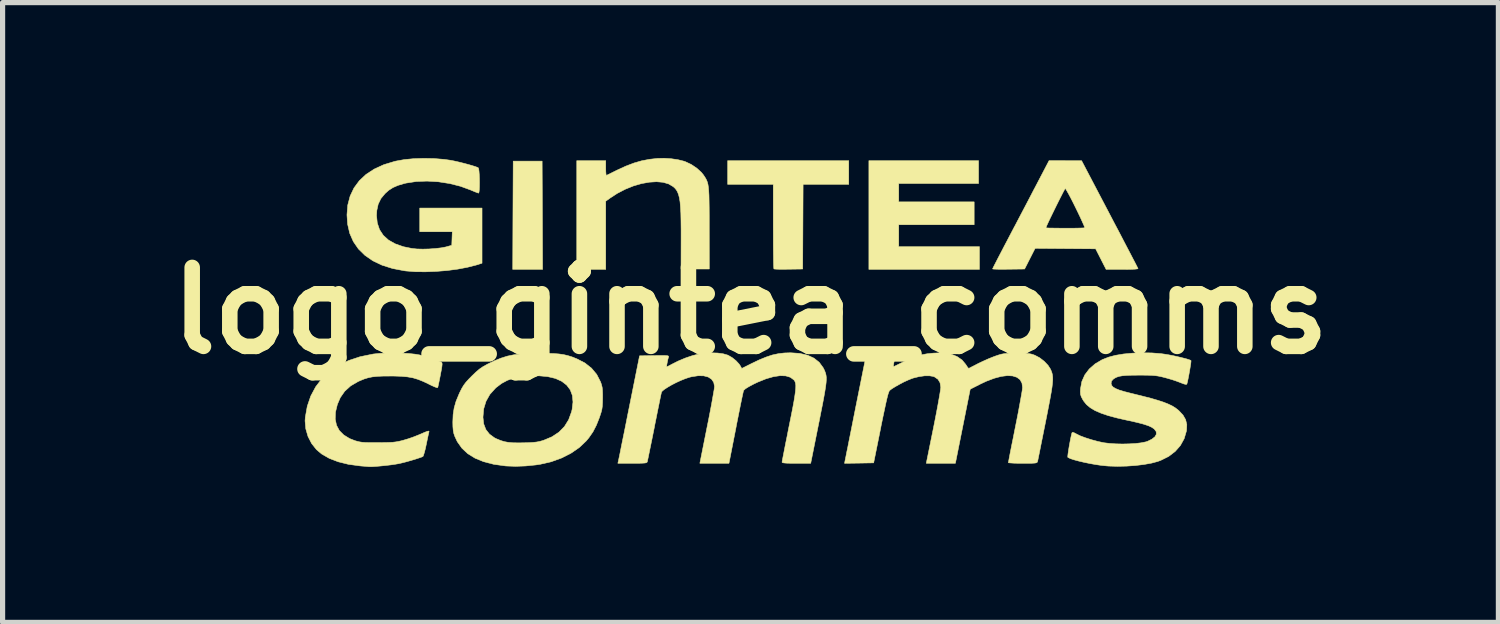
<source format=kicad_pcb>
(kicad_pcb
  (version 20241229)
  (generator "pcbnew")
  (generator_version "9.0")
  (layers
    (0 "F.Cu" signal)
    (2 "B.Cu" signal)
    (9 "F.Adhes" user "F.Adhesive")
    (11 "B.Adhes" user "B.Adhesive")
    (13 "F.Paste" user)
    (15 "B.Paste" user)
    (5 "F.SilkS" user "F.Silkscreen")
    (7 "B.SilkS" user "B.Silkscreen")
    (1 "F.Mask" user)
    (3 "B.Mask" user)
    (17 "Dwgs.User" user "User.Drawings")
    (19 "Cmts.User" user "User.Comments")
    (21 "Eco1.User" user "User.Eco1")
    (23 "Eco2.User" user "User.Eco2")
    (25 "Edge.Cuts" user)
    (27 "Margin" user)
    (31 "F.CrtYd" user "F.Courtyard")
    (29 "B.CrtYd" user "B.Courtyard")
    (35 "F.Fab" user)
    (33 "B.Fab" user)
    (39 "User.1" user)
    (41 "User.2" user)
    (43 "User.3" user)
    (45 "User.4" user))
  (footprint "logo_gintea_comms"
    (layer "F.Cu")
    (at 11.437 2.947)
    (property "Reference" "logo_gintea_comms" (at 0 0 0) (layer "F.SilkS") (effects (font (size 1.524 1.524) (thickness 0.3))))
    (attr through_hole)
    (fp_poly (pts (xy -4.017 -1.841) (xy -4.013 -0.796) (xy -4.589 -0.796) (xy -4.585 -1.841) (xy -4.58 -2.887) (xy -4.022 -2.887) (xy -4.017 -1.841)) (stroke (width 0.01) (type solid)) (fill yes) (layer "F.SilkS"))
    (fp_poly (pts (xy 4.403 -2.455) (xy 2.862 -2.455) (xy 2.862 -2.1) (xy 4.318 -2.1) (xy 4.318 -1.659) (xy 2.862 -1.659) (xy 2.862 -1.236) (xy 4.42 -1.236) (xy 4.42 -0.796) (xy 2.286 -0.796) (xy 2.286 -2.896) (xy 4.403 -2.896) (xy 4.403 -2.455)) (stroke (width 0.01) (type solid)) (fill yes) (layer "F.SilkS"))
    (fp_poly (pts (xy 1.897 -2.438) (xy 1.016 -2.438) (xy 1.012 -1.621) (xy 1.008 -0.804) (xy 0.736 -0.8) (xy 0.643 -0.799) (xy 0.562 -0.799) (xy 0.5 -0.801) (xy 0.461 -0.804) (xy 0.452 -0.807) (xy 0.45 -0.826) (xy 0.447 -0.875) (xy 0.445 -0.951) (xy 0.444 -1.052) (xy 0.442 -1.172) (xy 0.441 -1.31) (xy 0.441 -1.462) (xy 0.44 -1.625) (xy 0.44 -2.438) (xy -0.44 -2.438) (xy -0.44 -2.896) (xy 1.897 -2.896) (xy 1.897 -2.438)) (stroke (width 0.01) (type solid)) (fill yes) (layer "F.SilkS"))
    (fp_poly (pts (xy -1.531 -2.933) (xy -1.4 -2.914) (xy -1.287 -2.886) (xy -1.26 -2.877) (xy -1.143 -2.822) (xy -1.036 -2.75) (xy -0.947 -2.669) (xy -0.907 -2.619) (xy -0.883 -2.583) (xy -0.862 -2.549) (xy -0.845 -2.515) (xy -0.831 -2.478) (xy -0.82 -2.434) (xy -0.812 -2.379) (xy -0.806 -2.311) (xy -0.801 -2.227) (xy -0.799 -2.122) (xy -0.797 -1.995) (xy -0.796 -1.842) (xy -0.796 -1.659) (xy -0.796 -1.586) (xy -0.795 -0.804) (xy -1.34 -0.804) (xy -1.339 -1.363) (xy -1.339 -1.566) (xy -1.341 -1.737) (xy -1.344 -1.881) (xy -1.351 -2) (xy -1.359 -2.098) (xy -1.372 -2.177) (xy -1.388 -2.24) (xy -1.408 -2.291) (xy -1.432 -2.333) (xy -1.462 -2.368) (xy -1.491 -2.394) (xy -1.578 -2.446) (xy -1.687 -2.478) (xy -1.814 -2.489) (xy -1.954 -2.48) (xy -2.104 -2.453) (xy -2.259 -2.408) (xy -2.415 -2.345) (xy -2.568 -2.266) (xy -2.705 -2.177) (xy -2.794 -2.113) (xy -2.794 -0.796) (xy -3.353 -0.796) (xy -3.353 -2.896) (xy -2.794 -2.896) (xy -2.794 -2.75) (xy -2.793 -2.686) (xy -2.789 -2.637) (xy -2.784 -2.613) (xy -2.781 -2.611) (xy -2.762 -2.62) (xy -2.719 -2.641) (xy -2.657 -2.672) (xy -2.584 -2.708) (xy -2.574 -2.713) (xy -2.404 -2.791) (xy -2.249 -2.85) (xy -2.1 -2.893) (xy -1.948 -2.922) (xy -1.794 -2.939) (xy -1.666 -2.942) (xy -1.531 -2.933)) (stroke (width 0.01) (type solid)) (fill yes) (layer "F.SilkS"))
    (fp_poly (pts (xy 6.078 -2.895) (xy 6.392 -2.895) (xy 6.934 -1.862) (xy 7.025 -1.688) (xy 7.112 -1.524) (xy 7.192 -1.37) (xy 7.265 -1.23) (xy 7.33 -1.106) (xy 7.385 -1) (xy 7.429 -0.916) (xy 7.46 -0.855) (xy 7.478 -0.82) (xy 7.482 -0.812) (xy 7.467 -0.806) (xy 7.422 -0.801) (xy 7.346 -0.798) (xy 7.243 -0.796) (xy 7.177 -0.796) (xy 6.866 -0.796) (xy 6.663 -1.194) (xy 5.495 -1.203) (xy 5.393 -1.003) (xy 5.292 -0.804) (xy 4.983 -0.8) (xy 4.885 -0.799) (xy 4.799 -0.799) (xy 4.732 -0.801) (xy 4.689 -0.803) (xy 4.674 -0.806) (xy 4.681 -0.823) (xy 4.703 -0.867) (xy 4.737 -0.933) (xy 4.781 -1.019) (xy 4.834 -1.12) (xy 4.893 -1.234) (xy 4.942 -1.327) (xy 5.021 -1.478) (xy 5.085 -1.6) (xy 5.704 -1.6) (xy 5.723 -1.597) (xy 5.769 -1.595) (xy 5.838 -1.594) (xy 5.922 -1.593) (xy 6.017 -1.592) (xy 6.115 -1.592) (xy 6.21 -1.592) (xy 6.298 -1.593) (xy 6.372 -1.595) (xy 6.425 -1.597) (xy 6.452 -1.599) (xy 6.454 -1.6) (xy 6.449 -1.617) (xy 6.431 -1.66) (xy 6.402 -1.725) (xy 6.364 -1.808) (xy 6.318 -1.904) (xy 6.276 -1.99) (xy 6.225 -2.093) (xy 6.178 -2.185) (xy 6.137 -2.261) (xy 6.105 -2.317) (xy 6.084 -2.351) (xy 6.076 -2.358) (xy 6.063 -2.337) (xy 6.039 -2.293) (xy 6.006 -2.229) (xy 5.966 -2.15) (xy 5.922 -2.062) (xy 5.876 -1.969) (xy 5.831 -1.877) (xy 5.789 -1.791) (xy 5.753 -1.715) (xy 5.725 -1.654) (xy 5.708 -1.614) (xy 5.704 -1.6) (xy 5.085 -1.6) (xy 5.112 -1.65) (xy 5.207 -1.832) (xy 5.304 -2.016) (xy 5.396 -2.192) (xy 5.478 -2.35) (xy 5.487 -2.366) (xy 5.764 -2.896) (xy 6.078 -2.895)) (stroke (width 0.01) (type solid)) (fill yes) (layer "F.SilkS"))
    (fp_poly (pts (xy -6.105 -2.936) (xy -5.912 -2.92) (xy -5.791 -2.903) (xy -5.714 -2.888) (xy -5.626 -2.868) (xy -5.534 -2.845) (xy -5.444 -2.821) (xy -5.365 -2.798) (xy -5.302 -2.778) (xy -5.262 -2.762) (xy -5.254 -2.757) (xy -5.246 -2.735) (xy -5.24 -2.688) (xy -5.235 -2.623) (xy -5.232 -2.548) (xy -5.231 -2.47) (xy -5.232 -2.395) (xy -5.235 -2.332) (xy -5.24 -2.288) (xy -5.248 -2.269) (xy -5.249 -2.269) (xy -5.27 -2.276) (xy -5.315 -2.293) (xy -5.375 -2.318) (xy -5.403 -2.33) (xy -5.597 -2.401) (xy -5.807 -2.454) (xy -6.025 -2.488) (xy -6.243 -2.501) (xy -6.453 -2.493) (xy -6.648 -2.463) (xy -6.686 -2.454) (xy -6.806 -2.418) (xy -6.902 -2.376) (xy -6.983 -2.324) (xy -7.054 -2.261) (xy -7.134 -2.164) (xy -7.186 -2.057) (xy -7.213 -1.934) (xy -7.219 -1.837) (xy -7.204 -1.692) (xy -7.161 -1.565) (xy -7.089 -1.455) (xy -6.989 -1.364) (xy -6.86 -1.291) (xy -6.702 -1.235) (xy -6.536 -1.201) (xy -6.441 -1.191) (xy -6.326 -1.188) (xy -6.202 -1.191) (xy -6.079 -1.2) (xy -5.968 -1.213) (xy -5.88 -1.23) (xy -5.876 -1.231) (xy -5.766 -1.262) (xy -5.761 -1.393) (xy -5.756 -1.524) (xy -6.384 -1.524) (xy -6.384 -1.981) (xy -5.182 -1.981) (xy -5.182 -0.916) (xy -5.296 -0.88) (xy -5.461 -0.838) (xy -5.65 -0.802) (xy -5.855 -0.775) (xy -6.066 -0.758) (xy -6.274 -0.75) (xy -6.471 -0.752) (xy -6.648 -0.766) (xy -6.68 -0.77) (xy -6.909 -0.814) (xy -7.112 -0.878) (xy -7.29 -0.963) (xy -7.442 -1.068) (xy -7.568 -1.192) (xy -7.666 -1.334) (xy -7.736 -1.494) (xy -7.777 -1.671) (xy -7.789 -1.849) (xy -7.774 -2.038) (xy -7.728 -2.212) (xy -7.654 -2.368) (xy -7.551 -2.508) (xy -7.421 -2.63) (xy -7.263 -2.733) (xy -7.078 -2.818) (xy -6.867 -2.882) (xy -6.845 -2.887) (xy -6.684 -2.916) (xy -6.501 -2.934) (xy -6.304 -2.94) (xy -6.105 -2.936)) (stroke (width 0.01) (type solid)) (fill yes) (layer "F.SilkS"))
    (fp_poly (pts (xy -4.072 0.822) (xy -3.921 0.824) (xy -3.798 0.828) (xy -3.695 0.836) (xy -3.606 0.849) (xy -3.525 0.868) (xy -3.444 0.893) (xy -3.359 0.927) (xy -3.351 0.93) (xy -3.196 1.01) (xy -3.068 1.111) (xy -2.968 1.231) (xy -2.896 1.371) (xy -2.892 1.379) (xy -2.875 1.431) (xy -2.863 1.48) (xy -2.857 1.538) (xy -2.854 1.613) (xy -2.854 1.685) (xy -2.856 1.776) (xy -2.86 1.845) (xy -2.868 1.904) (xy -2.883 1.963) (xy -2.907 2.036) (xy -2.915 2.061) (xy -2.975 2.212) (xy -3.041 2.34) (xy -3.12 2.454) (xy -3.172 2.516) (xy -3.305 2.642) (xy -3.465 2.752) (xy -3.646 2.844) (xy -3.845 2.916) (xy -4.057 2.965) (xy -4.143 2.978) (xy -4.341 2.998) (xy -4.531 3.005) (xy -4.703 2.999) (xy -4.731 2.997) (xy -4.954 2.966) (xy -5.149 2.916) (xy -5.316 2.848) (xy -5.457 2.761) (xy -5.571 2.654) (xy -5.66 2.528) (xy -5.708 2.425) (xy -5.727 2.369) (xy -5.738 2.311) (xy -5.744 2.241) (xy -5.746 2.151) (xy -5.742 2.057) (xy -5.164 2.057) (xy -5.15 2.185) (xy -5.108 2.295) (xy -5.038 2.384) (xy -4.941 2.455) (xy -4.9 2.475) (xy -4.824 2.506) (xy -4.753 2.528) (xy -4.678 2.542) (xy -4.592 2.55) (xy -4.487 2.552) (xy -4.386 2.551) (xy -4.278 2.548) (xy -4.196 2.543) (xy -4.131 2.536) (xy -4.075 2.526) (xy -4.021 2.511) (xy -3.992 2.502) (xy -3.832 2.435) (xy -3.698 2.346) (xy -3.591 2.237) (xy -3.51 2.106) (xy -3.454 1.953) (xy -3.443 1.907) (xy -3.426 1.764) (xy -3.438 1.637) (xy -3.479 1.528) (xy -3.548 1.437) (xy -3.644 1.363) (xy -3.766 1.308) (xy -3.915 1.273) (xy -4.089 1.257) (xy -4.241 1.258) (xy -4.415 1.273) (xy -4.563 1.301) (xy -4.691 1.344) (xy -4.803 1.404) (xy -4.907 1.482) (xy -4.925 1.499) (xy -5.031 1.617) (xy -5.105 1.749) (xy -5.15 1.896) (xy -5.164 2.057) (xy -5.742 2.057) (xy -5.74 2.007) (xy -5.72 1.878) (xy -5.684 1.751) (xy -5.628 1.615) (xy -5.61 1.575) (xy -5.572 1.5) (xy -5.536 1.44) (xy -5.494 1.384) (xy -5.439 1.323) (xy -5.378 1.261) (xy -5.299 1.185) (xy -5.232 1.128) (xy -5.165 1.082) (xy -5.09 1.04) (xy -5.072 1.03) (xy -4.939 0.966) (xy -4.815 0.916) (xy -4.694 0.878) (xy -4.569 0.852) (xy -4.432 0.834) (xy -4.276 0.825) (xy -4.095 0.822) (xy -4.072 0.822)) (stroke (width 0.01) (type solid)) (fill yes) (layer "F.SilkS"))
    (fp_poly (pts (xy -6.736 0.819) (xy -6.597 0.827) (xy -6.474 0.84) (xy -6.386 0.855) (xy -6.318 0.872) (xy -6.238 0.896) (xy -6.154 0.923) (xy -6.076 0.95) (xy -6.011 0.975) (xy -5.968 0.994) (xy -5.963 0.997) (xy -5.955 1.009) (xy -5.952 1.032) (xy -5.956 1.074) (xy -5.966 1.138) (xy -5.984 1.229) (xy -5.985 1.238) (xy -6.002 1.323) (xy -6.017 1.396) (xy -6.029 1.451) (xy -6.036 1.481) (xy -6.036 1.484) (xy -6.054 1.486) (xy -6.096 1.471) (xy -6.161 1.442) (xy -6.201 1.422) (xy -6.313 1.368) (xy -6.415 1.327) (xy -6.515 1.297) (xy -6.622 1.278) (xy -6.743 1.267) (xy -6.887 1.262) (xy -6.951 1.262) (xy -7.091 1.263) (xy -7.204 1.268) (xy -7.298 1.278) (xy -7.38 1.295) (xy -7.458 1.319) (xy -7.538 1.352) (xy -7.578 1.37) (xy -7.718 1.452) (xy -7.832 1.555) (xy -7.918 1.678) (xy -7.975 1.811) (xy -8.011 1.96) (xy -8.016 2.094) (xy -7.991 2.212) (xy -7.937 2.314) (xy -7.852 2.399) (xy -7.739 2.469) (xy -7.631 2.511) (xy -7.584 2.524) (xy -7.54 2.534) (xy -7.492 2.541) (xy -7.433 2.545) (xy -7.356 2.547) (xy -7.256 2.547) (xy -7.188 2.547) (xy -7.072 2.546) (xy -6.981 2.544) (xy -6.911 2.541) (xy -6.851 2.534) (xy -6.797 2.525) (xy -6.74 2.512) (xy -6.699 2.501) (xy -6.605 2.473) (xy -6.499 2.436) (xy -6.399 2.396) (xy -6.364 2.381) (xy -6.288 2.348) (xy -6.238 2.329) (xy -6.211 2.324) (xy -6.204 2.331) (xy -6.205 2.334) (xy -6.211 2.361) (xy -6.223 2.413) (xy -6.238 2.484) (xy -6.255 2.567) (xy -6.258 2.582) (xy -6.276 2.665) (xy -6.294 2.735) (xy -6.31 2.787) (xy -6.321 2.813) (xy -6.322 2.814) (xy -6.353 2.828) (xy -6.409 2.847) (xy -6.482 2.871) (xy -6.564 2.895) (xy -6.649 2.919) (xy -6.728 2.939) (xy -6.794 2.954) (xy -6.795 2.954) (xy -6.859 2.965) (xy -6.942 2.977) (xy -7.036 2.988) (xy -7.133 2.998) (xy -7.223 3.006) (xy -7.298 3.011) (xy -7.351 3.012) (xy -7.358 3.012) (xy -7.389 3.009) (xy -7.445 3.004) (xy -7.514 2.999) (xy -7.541 2.996) (xy -7.762 2.966) (xy -7.959 2.917) (xy -8.131 2.851) (xy -8.277 2.767) (xy -8.377 2.683) (xy -8.471 2.565) (xy -8.541 2.429) (xy -8.584 2.281) (xy -8.598 2.127) (xy -8.593 2.057) (xy -8.555 1.844) (xy -8.488 1.648) (xy -8.393 1.47) (xy -8.272 1.312) (xy -8.125 1.174) (xy -7.952 1.057) (xy -7.755 0.962) (xy -7.535 0.889) (xy -7.291 0.839) (xy -7.281 0.837) (xy -7.165 0.825) (xy -7.029 0.818) (xy -6.883 0.816) (xy -6.736 0.819)) (stroke (width 0.01) (type solid)) (fill yes) (layer "F.SilkS"))
    (fp_poly (pts (xy 7.748 0.816) (xy 7.925 0.83) (xy 7.99 0.839) (xy 8.07 0.852) (xy 8.159 0.869) (xy 8.25 0.889) (xy 8.336 0.91) (xy 8.411 0.929) (xy 8.468 0.947) (xy 8.5 0.96) (xy 8.504 0.962) (xy 8.504 0.981) (xy 8.499 1.026) (xy 8.489 1.088) (xy 8.477 1.162) (xy 8.463 1.239) (xy 8.449 1.311) (xy 8.436 1.372) (xy 8.425 1.414) (xy 8.424 1.418) (xy 8.409 1.424) (xy 8.371 1.416) (xy 8.307 1.392) (xy 8.298 1.388) (xy 8.229 1.362) (xy 8.141 1.332) (xy 8.047 1.305) (xy 7.997 1.291) (xy 7.928 1.274) (xy 7.868 1.262) (xy 7.81 1.254) (xy 7.745 1.249) (xy 7.667 1.246) (xy 7.566 1.245) (xy 7.501 1.245) (xy 7.367 1.246) (xy 7.261 1.25) (xy 7.179 1.257) (xy 7.116 1.268) (xy 7.066 1.285) (xy 7.025 1.307) (xy 7.003 1.323) (xy 6.97 1.359) (xy 6.962 1.402) (xy 6.963 1.412) (xy 6.974 1.445) (xy 7.001 1.475) (xy 7.047 1.503) (xy 7.117 1.532) (xy 7.213 1.561) (xy 7.339 1.594) (xy 7.378 1.603) (xy 7.568 1.65) (xy 7.728 1.691) (xy 7.862 1.73) (xy 7.972 1.766) (xy 8.063 1.802) (xy 8.139 1.838) (xy 8.201 1.876) (xy 8.255 1.918) (xy 8.266 1.927) (xy 8.349 2.015) (xy 8.4 2.104) (xy 8.423 2.199) (xy 8.418 2.307) (xy 8.415 2.325) (xy 8.372 2.471) (xy 8.299 2.603) (xy 8.199 2.717) (xy 8.072 2.814) (xy 7.921 2.889) (xy 7.862 2.911) (xy 7.742 2.943) (xy 7.597 2.969) (xy 7.433 2.989) (xy 7.26 3.001) (xy 7.085 3.005) (xy 6.915 3) (xy 6.866 2.996) (xy 6.768 2.986) (xy 6.66 2.97) (xy 6.548 2.95) (xy 6.437 2.927) (xy 6.335 2.903) (xy 6.246 2.879) (xy 6.176 2.856) (xy 6.133 2.835) (xy 6.126 2.83) (xy 6.125 2.811) (xy 6.13 2.766) (xy 6.139 2.702) (xy 6.151 2.628) (xy 6.165 2.55) (xy 6.179 2.475) (xy 6.193 2.411) (xy 6.204 2.365) (xy 6.207 2.357) (xy 6.22 2.348) (xy 6.25 2.358) (xy 6.286 2.377) (xy 6.362 2.415) (xy 6.463 2.453) (xy 6.578 2.49) (xy 6.698 2.523) (xy 6.814 2.548) (xy 6.825 2.55) (xy 6.931 2.563) (xy 7.053 2.571) (xy 7.182 2.574) (xy 7.312 2.571) (xy 7.434 2.564) (xy 7.542 2.551) (xy 7.627 2.534) (xy 7.661 2.524) (xy 7.749 2.481) (xy 7.808 2.434) (xy 7.836 2.384) (xy 7.832 2.334) (xy 7.795 2.285) (xy 7.79 2.281) (xy 7.744 2.25) (xy 7.68 2.221) (xy 7.593 2.192) (xy 7.48 2.162) (xy 7.338 2.129) (xy 7.278 2.117) (xy 7.078 2.072) (xy 6.909 2.027) (xy 6.768 1.979) (xy 6.652 1.929) (xy 6.559 1.873) (xy 6.486 1.812) (xy 6.431 1.743) (xy 6.411 1.71) (xy 6.384 1.657) (xy 6.371 1.612) (xy 6.368 1.561) (xy 6.371 1.508) (xy 6.397 1.368) (xy 6.454 1.24) (xy 6.54 1.126) (xy 6.653 1.027) (xy 6.79 0.946) (xy 6.914 0.897) (xy 7.047 0.862) (xy 7.205 0.836) (xy 7.38 0.82) (xy 7.563 0.813) (xy 7.748 0.816)) (stroke (width 0.01) (type solid)) (fill yes) (layer "F.SilkS"))
    (fp_poly (pts (xy 3.746 0.816) (xy 3.807 0.823) (xy 3.863 0.836) (xy 3.869 0.837) (xy 3.989 0.886) (xy 4.086 0.954) (xy 4.156 1.038) (xy 4.159 1.043) (xy 4.186 1.085) (xy 4.207 1.11) (xy 4.214 1.114) (xy 4.233 1.105) (xy 4.275 1.083) (xy 4.334 1.053) (xy 4.399 1.019) (xy 4.49 0.976) (xy 4.59 0.931) (xy 4.684 0.893) (xy 4.73 0.876) (xy 4.792 0.855) (xy 4.844 0.84) (xy 4.893 0.831) (xy 4.948 0.825) (xy 5.018 0.823) (xy 5.111 0.822) (xy 5.139 0.822) (xy 5.241 0.823) (xy 5.317 0.825) (xy 5.373 0.829) (xy 5.418 0.837) (xy 5.458 0.849) (xy 5.49 0.861) (xy 5.583 0.91) (xy 5.671 0.978) (xy 5.744 1.055) (xy 5.79 1.126) (xy 5.807 1.165) (xy 5.82 1.201) (xy 5.829 1.24) (xy 5.834 1.284) (xy 5.835 1.336) (xy 5.83 1.399) (xy 5.821 1.477) (xy 5.806 1.573) (xy 5.785 1.691) (xy 5.758 1.833) (xy 5.725 2.003) (xy 5.699 2.134) (xy 5.668 2.288) (xy 5.639 2.433) (xy 5.612 2.566) (xy 5.589 2.682) (xy 5.57 2.777) (xy 5.555 2.85) (xy 5.546 2.895) (xy 5.543 2.908) (xy 5.538 2.922) (xy 5.529 2.932) (xy 5.511 2.939) (xy 5.479 2.943) (xy 5.427 2.946) (xy 5.351 2.946) (xy 5.256 2.946) (xy 5.163 2.946) (xy 5.084 2.944) (xy 5.023 2.94) (xy 4.986 2.937) (xy 4.978 2.933) (xy 4.982 2.915) (xy 4.991 2.866) (xy 5.005 2.791) (xy 5.024 2.694) (xy 5.047 2.578) (xy 5.074 2.447) (xy 5.102 2.304) (xy 5.114 2.244) (xy 5.144 2.094) (xy 5.172 1.951) (xy 5.196 1.82) (xy 5.217 1.705) (xy 5.234 1.609) (xy 5.246 1.537) (xy 5.251 1.493) (xy 5.252 1.485) (xy 5.241 1.399) (xy 5.204 1.332) (xy 5.143 1.286) (xy 5.061 1.26) (xy 4.96 1.254) (xy 4.84 1.269) (xy 4.705 1.305) (xy 4.556 1.361) (xy 4.445 1.413) (xy 4.242 1.516) (xy 3.956 2.946) (xy 3.394 2.946) (xy 3.534 2.256) (xy 3.564 2.105) (xy 3.592 1.96) (xy 3.617 1.827) (xy 3.638 1.709) (xy 3.655 1.611) (xy 3.667 1.536) (xy 3.673 1.489) (xy 3.674 1.479) (xy 3.66 1.392) (xy 3.62 1.325) (xy 3.552 1.278) (xy 3.527 1.269) (xy 3.454 1.257) (xy 3.36 1.258) (xy 3.254 1.273) (xy 3.145 1.3) (xy 3.115 1.31) (xy 3.043 1.339) (xy 2.96 1.377) (xy 2.875 1.422) (xy 2.795 1.467) (xy 2.729 1.508) (xy 2.686 1.541) (xy 2.686 1.542) (xy 2.676 1.557) (xy 2.664 1.588) (xy 2.649 1.637) (xy 2.632 1.706) (xy 2.611 1.798) (xy 2.586 1.915) (xy 2.555 2.061) (xy 2.519 2.236) (xy 2.516 2.255) (xy 2.378 2.938) (xy 2.097 2.943) (xy 1.816 2.947) (xy 1.825 2.9) (xy 1.83 2.875) (xy 1.841 2.821) (xy 1.857 2.739) (xy 1.879 2.633) (xy 1.904 2.506) (xy 1.933 2.361) (xy 1.965 2.201) (xy 1.999 2.029) (xy 2.032 1.863) (xy 2.231 0.872) (xy 2.514 0.867) (xy 2.798 0.863) (xy 2.788 0.901) (xy 2.779 0.943) (xy 2.77 0.998) (xy 2.767 1.012) (xy 2.756 1.085) (xy 2.948 0.991) (xy 3.082 0.929) (xy 3.197 0.884) (xy 3.304 0.852) (xy 3.411 0.832) (xy 3.529 0.82) (xy 3.574 0.818) (xy 3.672 0.814) (xy 3.746 0.816)) (stroke (width 0.01) (type solid)) (fill yes) (layer "F.SilkS"))
    (fp_poly (pts (xy 0.949 0.825) (xy 1.1 0.859) (xy 1.226 0.917) (xy 1.327 0.997) (xy 1.402 1.099) (xy 1.424 1.142) (xy 1.439 1.178) (xy 1.451 1.212) (xy 1.459 1.247) (xy 1.464 1.287) (xy 1.464 1.334) (xy 1.46 1.392) (xy 1.451 1.464) (xy 1.437 1.554) (xy 1.418 1.663) (xy 1.393 1.796) (xy 1.361 1.956) (xy 1.324 2.145) (xy 1.32 2.163) (xy 1.163 2.946) (xy 0.886 2.946) (xy 0.778 2.946) (xy 0.7 2.944) (xy 0.648 2.94) (xy 0.619 2.934) (xy 0.61 2.926) (xy 0.61 2.925) (xy 0.613 2.904) (xy 0.622 2.854) (xy 0.637 2.778) (xy 0.656 2.679) (xy 0.679 2.562) (xy 0.706 2.43) (xy 0.734 2.286) (xy 0.746 2.227) (xy 0.784 2.039) (xy 0.815 1.882) (xy 0.839 1.752) (xy 0.856 1.646) (xy 0.868 1.561) (xy 0.874 1.494) (xy 0.875 1.443) (xy 0.87 1.403) (xy 0.861 1.373) (xy 0.848 1.349) (xy 0.837 1.336) (xy 0.77 1.286) (xy 0.681 1.259) (xy 0.572 1.255) (xy 0.444 1.274) (xy 0.301 1.315) (xy 0.144 1.378) (xy 0.066 1.415) (xy -0.03 1.466) (xy -0.095 1.506) (xy -0.129 1.537) (xy -0.134 1.546) (xy -0.14 1.57) (xy -0.152 1.624) (xy -0.169 1.704) (xy -0.19 1.805) (xy -0.214 1.925) (xy -0.241 2.06) (xy -0.27 2.205) (xy -0.281 2.265) (xy -0.415 2.946) (xy -0.977 2.946) (xy -0.836 2.24) (xy -0.805 2.087) (xy -0.777 1.942) (xy -0.752 1.81) (xy -0.731 1.693) (xy -0.714 1.595) (xy -0.701 1.521) (xy -0.695 1.475) (xy -0.694 1.463) (xy -0.709 1.385) (xy -0.75 1.324) (xy -0.815 1.281) (xy -0.903 1.258) (xy -1.01 1.256) (xy -1.134 1.275) (xy -1.183 1.287) (xy -1.26 1.313) (xy -1.347 1.348) (xy -1.436 1.389) (xy -1.523 1.434) (xy -1.6 1.479) (xy -1.663 1.52) (xy -1.704 1.554) (xy -1.718 1.575) (xy -1.723 1.596) (xy -1.734 1.648) (xy -1.75 1.725) (xy -1.77 1.824) (xy -1.794 1.941) (xy -1.82 2.072) (xy -1.849 2.214) (xy -1.854 2.244) (xy -1.883 2.388) (xy -1.91 2.522) (xy -1.935 2.643) (xy -1.956 2.746) (xy -1.973 2.829) (xy -1.985 2.886) (xy -1.991 2.915) (xy -1.992 2.917) (xy -1.998 2.928) (xy -2.012 2.936) (xy -2.039 2.941) (xy -2.084 2.944) (xy -2.152 2.946) (xy -2.247 2.946) (xy -2.28 2.946) (xy -2.56 2.946) (xy -2.547 2.891) (xy -2.542 2.865) (xy -2.53 2.809) (xy -2.513 2.725) (xy -2.492 2.618) (xy -2.466 2.49) (xy -2.436 2.344) (xy -2.404 2.184) (xy -2.37 2.012) (xy -2.338 1.854) (xy -2.141 0.872) (xy -1.857 0.867) (xy -1.752 0.866) (xy -1.678 0.866) (xy -1.627 0.867) (xy -1.598 0.871) (xy -1.583 0.877) (xy -1.58 0.886) (xy -1.581 0.893) (xy -1.595 0.942) (xy -1.606 0.996) (xy -1.615 1.044) (xy -1.618 1.075) (xy -1.617 1.081) (xy -1.6 1.077) (xy -1.563 1.059) (xy -1.521 1.036) (xy -1.398 0.974) (xy -1.261 0.916) (xy -1.123 0.869) (xy -1.002 0.838) (xy -0.881 0.82) (xy -0.755 0.814) (xy -0.634 0.818) (xy -0.525 0.833) (xy -0.439 0.858) (xy -0.432 0.861) (xy -0.354 0.906) (xy -0.279 0.966) (xy -0.218 1.032) (xy -0.193 1.07) (xy -0.169 1.116) (xy 0.013 1.025) (xy 0.167 0.951) (xy 0.301 0.896) (xy 0.421 0.856) (xy 0.536 0.831) (xy 0.652 0.817) (xy 0.774 0.813) (xy 0.949 0.825)) (stroke (width 0.01) (type solid)) (fill yes) (layer "F.SilkS")))
  (gr_rect
    (start -3 -3)
    (end 25.875 8.964)
    (stroke (width 0.1) (type default))
    (fill no)
    (layer "Edge.Cuts")))
</source>
